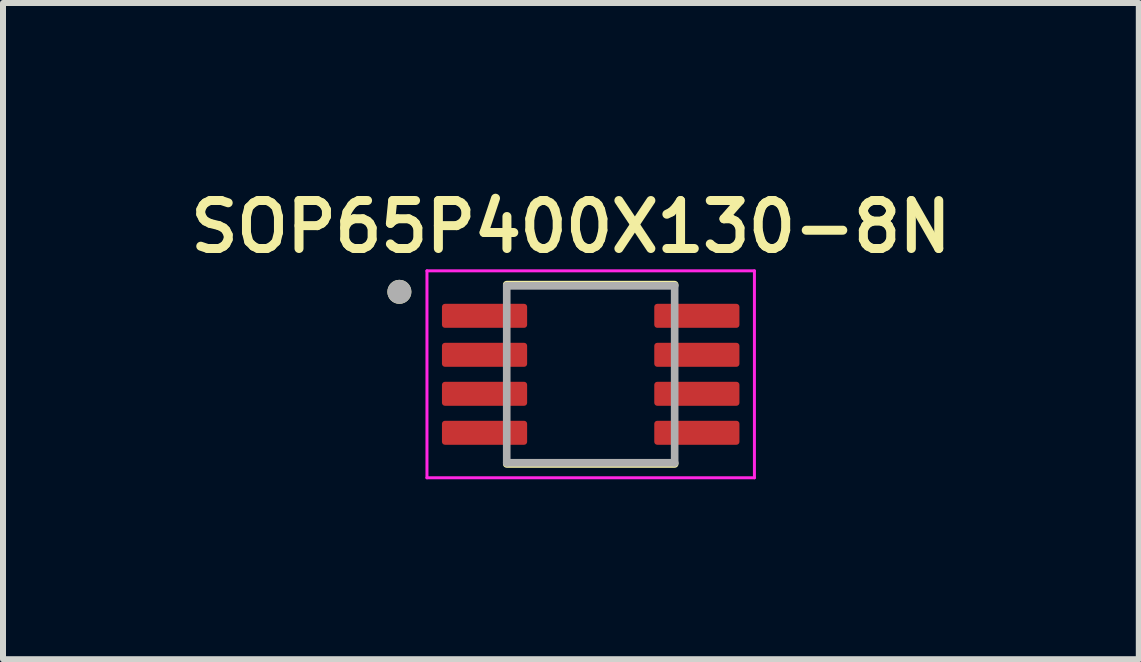
<source format=kicad_pcb>
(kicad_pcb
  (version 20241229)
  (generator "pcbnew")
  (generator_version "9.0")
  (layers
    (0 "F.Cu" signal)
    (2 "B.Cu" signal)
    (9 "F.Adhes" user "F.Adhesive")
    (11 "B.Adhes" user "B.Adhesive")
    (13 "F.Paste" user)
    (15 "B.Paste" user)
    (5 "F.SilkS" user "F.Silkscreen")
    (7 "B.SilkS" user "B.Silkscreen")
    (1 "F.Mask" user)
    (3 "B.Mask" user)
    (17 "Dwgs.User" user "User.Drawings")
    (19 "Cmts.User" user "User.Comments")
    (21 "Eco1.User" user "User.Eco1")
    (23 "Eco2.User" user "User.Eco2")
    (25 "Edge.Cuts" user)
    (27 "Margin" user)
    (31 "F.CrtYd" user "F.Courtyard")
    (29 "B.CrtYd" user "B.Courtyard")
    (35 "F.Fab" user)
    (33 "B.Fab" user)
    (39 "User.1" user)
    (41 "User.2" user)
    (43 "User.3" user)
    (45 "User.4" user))
  (footprint "SOP65P400X130-8N"
    (layer "F.Cu")
    (at 6.799 3.191)
    (property "Reference" "SOP65P400X130-8N" (at -0.33 -2.46 0) (layer "F.SilkS") (effects (font (size 0.8 0.8) (thickness 0.15))))
    (attr smd)
    (fp_line (start -1.4 -1.495) (end 1.4 -1.495) (stroke (width 0.127) (type solid)) (layer "F.SilkS"))
    (fp_line (start -1.4 1.495) (end 1.4 1.495) (stroke (width 0.127) (type solid)) (layer "F.SilkS"))
    (fp_circle (center -3.19 -1.375) (end -3.09 -1.375) (stroke (width 0.2) (type solid)) (fill no) (layer "F.SilkS"))
    (fp_line (start -2.73 -1.725) (end -2.73 1.725) (stroke (width 0.05) (type solid)) (layer "F.CrtYd"))
    (fp_line (start -2.73 -1.725) (end 2.73 -1.725) (stroke (width 0.05) (type solid)) (layer "F.CrtYd"))
    (fp_line (start -2.73 1.725) (end 2.73 1.725) (stroke (width 0.05) (type solid)) (layer "F.CrtYd"))
    (fp_line (start 2.73 -1.725) (end 2.73 1.725) (stroke (width 0.05) (type solid)) (layer "F.CrtYd"))
    (fp_line (start -1.4 -1.475) (end -1.4 1.475) (stroke (width 0.127) (type solid)) (layer "F.Fab"))
    (fp_line (start -1.4 -1.475) (end 1.4 -1.475) (stroke (width 0.127) (type solid)) (layer "F.Fab"))
    (fp_line (start -1.4 1.475) (end 1.4 1.475) (stroke (width 0.127) (type solid)) (layer "F.Fab"))
    (fp_line (start 1.4 -1.475) (end 1.4 1.475) (stroke (width 0.127) (type solid)) (layer "F.Fab"))
    (fp_circle (center -3.19 -1.375) (end -3.09 -1.375) (stroke (width 0.2) (type solid)) (fill no) (layer "F.Fab"))
    (pad "1" smd roundrect (at -1.77 -0.975) (size 1.42 0.4) (layers "F.Cu" "F.Mask" "F.Paste") (roundrect_rratio 0.125))
    (pad "2" smd roundrect (at -1.77 -0.325) (size 1.42 0.4) (layers "F.Cu" "F.Mask" "F.Paste") (roundrect_rratio 0.125))
    (pad "3" smd roundrect (at -1.77 0.325) (size 1.42 0.4) (layers "F.Cu" "F.Mask" "F.Paste") (roundrect_rratio 0.125))
    (pad "4" smd roundrect (at -1.77 0.975) (size 1.42 0.4) (layers "F.Cu" "F.Mask" "F.Paste") (roundrect_rratio 0.125))
    (pad "5" smd roundrect (at 1.77 0.975) (size 1.42 0.4) (layers "F.Cu" "F.Mask" "F.Paste") (roundrect_rratio 0.125))
    (pad "6" smd roundrect (at 1.77 0.325) (size 1.42 0.4) (layers "F.Cu" "F.Mask" "F.Paste") (roundrect_rratio 0.125))
    (pad "7" smd roundrect (at 1.77 -0.325) (size 1.42 0.4) (layers "F.Cu" "F.Mask" "F.Paste") (roundrect_rratio 0.125))
    (pad "8" smd roundrect (at 1.77 -0.975) (size 1.42 0.4) (layers "F.Cu" "F.Mask" "F.Paste") (roundrect_rratio 0.125)))
  (gr_rect
    (start -3 -3)
    (end 15.938 7.941)
    (stroke (width 0.1) (type default))
    (fill no)
    (layer "Edge.Cuts")))
</source>
